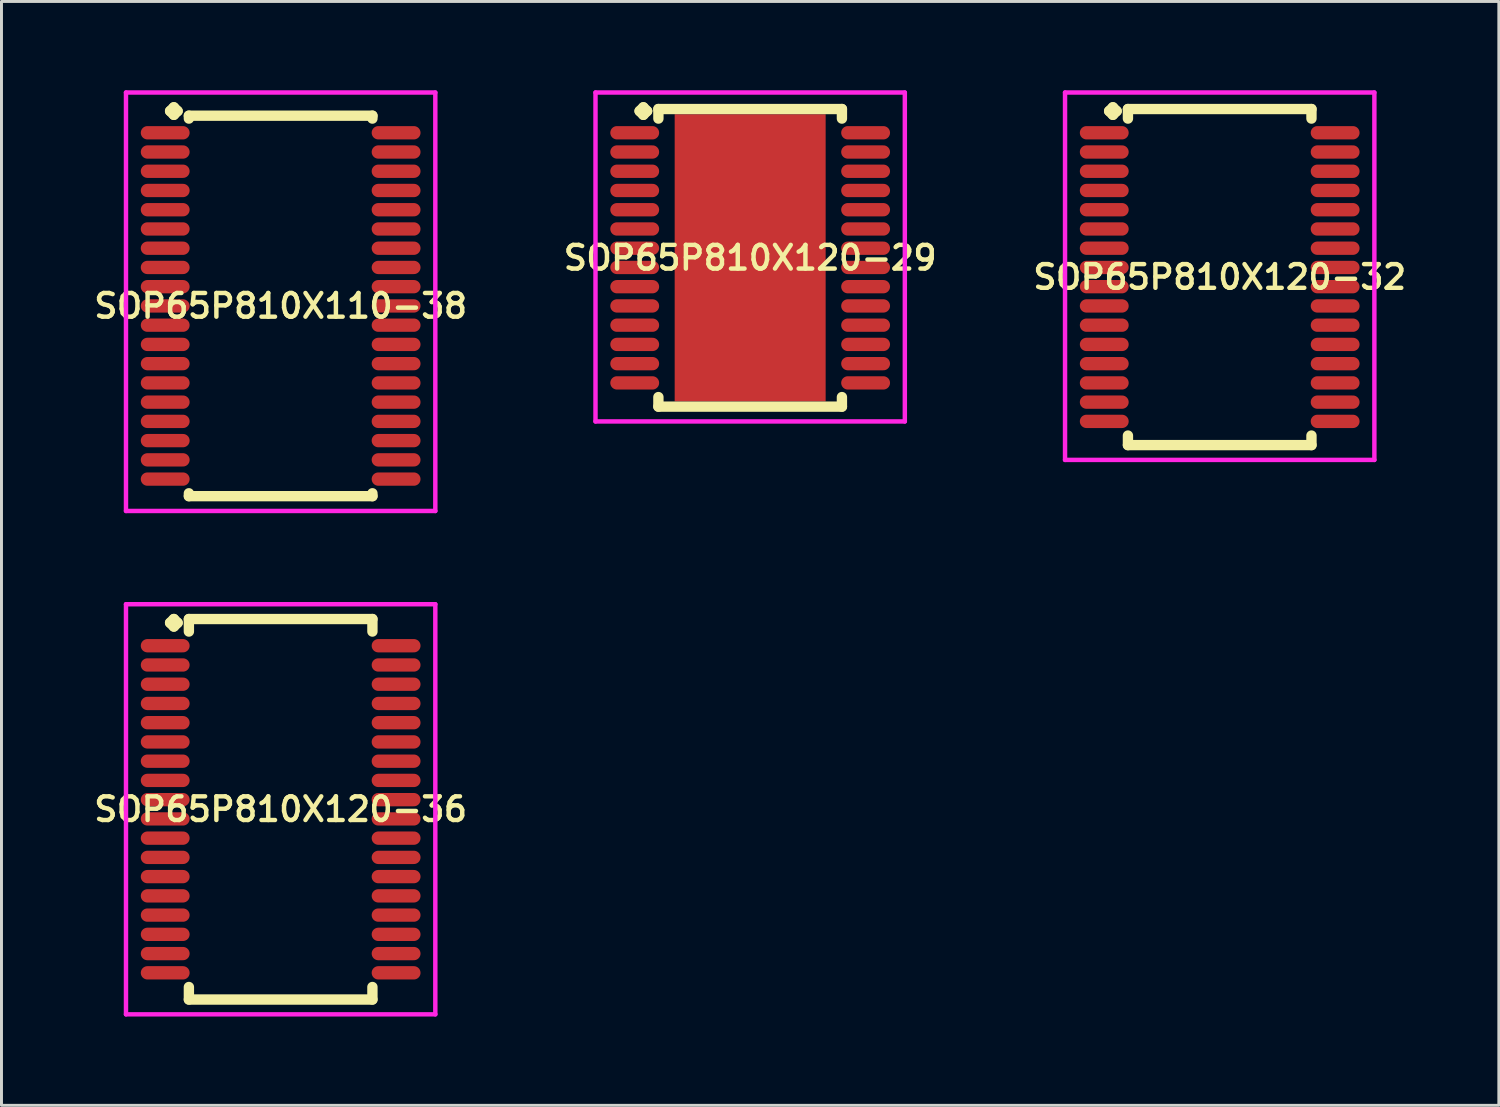
<source format=kicad_pcb>
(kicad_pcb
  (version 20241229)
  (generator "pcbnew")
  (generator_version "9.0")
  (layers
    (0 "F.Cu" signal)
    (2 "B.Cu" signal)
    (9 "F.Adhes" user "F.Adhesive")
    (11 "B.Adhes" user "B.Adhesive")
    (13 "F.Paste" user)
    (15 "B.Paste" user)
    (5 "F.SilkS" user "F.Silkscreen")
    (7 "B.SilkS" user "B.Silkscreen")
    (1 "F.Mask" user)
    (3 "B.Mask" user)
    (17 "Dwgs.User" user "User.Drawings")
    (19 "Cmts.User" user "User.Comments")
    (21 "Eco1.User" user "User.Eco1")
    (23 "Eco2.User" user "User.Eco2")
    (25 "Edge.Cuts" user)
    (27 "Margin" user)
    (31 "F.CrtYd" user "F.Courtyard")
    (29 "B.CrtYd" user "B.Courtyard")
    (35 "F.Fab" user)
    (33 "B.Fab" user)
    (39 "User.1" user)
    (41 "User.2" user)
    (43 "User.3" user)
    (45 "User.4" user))
  (footprint "SOP65P810X120-36"
    (layer "F.Cu")
    (at 6.431 24.289)
    (property "Reference" "SOP65P810X120-36" (at 0 0 0) (layer "F.SilkS") (effects (font (size 0.8 0.8) (thickness 0.15))))
    (attr smd)
    (fp_line (start -3.735 -6.3) (end -3.608 -6.427) (stroke (width 0.35) (type solid)) (layer "F.SilkS"))
    (fp_line (start -3.608 -6.427) (end -3.481 -6.3) (stroke (width 0.35) (type solid)) (layer "F.SilkS"))
    (fp_line (start -3.608 -6.173) (end -3.735 -6.3) (stroke (width 0.35) (type solid)) (layer "F.SilkS"))
    (fp_line (start -3.481 -6.3) (end -3.608 -6.173) (stroke (width 0.35) (type solid)) (layer "F.SilkS"))
    (fp_line (start -3.1 -6.427) (end 3.1 -6.427) (stroke (width 0.35) (type solid)) (layer "F.SilkS"))
    (fp_line (start -3.1 -6.004) (end -3.1 -6.427) (stroke (width 0.35) (type solid)) (layer "F.SilkS"))
    (fp_line (start -3.1 6.004) (end -3.1 6.427) (stroke (width 0.35) (type solid)) (layer "F.SilkS"))
    (fp_line (start -3.1 6.427) (end 3.1 6.427) (stroke (width 0.35) (type solid)) (layer "F.SilkS"))
    (fp_line (start 3.1 -6.427) (end 3.1 -6.004) (stroke (width 0.35) (type solid)) (layer "F.SilkS"))
    (fp_line (start 3.1 6.427) (end 3.1 6.004) (stroke (width 0.35) (type solid)) (layer "F.SilkS"))
    (fp_line (start -5.225 -6.927) (end 5.225 -6.927) (stroke (width 0.15) (type solid)) (layer "F.CrtYd"))
    (fp_line (start -5.225 6.927) (end -5.225 -6.927) (stroke (width 0.15) (type solid)) (layer "F.CrtYd"))
    (fp_line (start 5.225 -6.927) (end 5.225 6.927) (stroke (width 0.15) (type solid)) (layer "F.CrtYd"))
    (fp_line (start 5.225 6.927) (end -5.225 6.927) (stroke (width 0.15) (type solid)) (layer "F.CrtYd"))
    (pad "1" smd oval (at -3.9 -5.525) (size 1.65 0.45) (layers "F.Cu" "F.Mask" "F.Paste"))
    (pad "2" smd oval (at -3.9 -4.875) (size 1.65 0.45) (layers "F.Cu" "F.Mask" "F.Paste"))
    (pad "3" smd oval (at -3.9 -4.225) (size 1.65 0.45) (layers "F.Cu" "F.Mask" "F.Paste"))
    (pad "4" smd oval (at -3.9 -3.575) (size 1.65 0.45) (layers "F.Cu" "F.Mask" "F.Paste"))
    (pad "5" smd oval (at -3.9 -2.925) (size 1.65 0.45) (layers "F.Cu" "F.Mask" "F.Paste"))
    (pad "6" smd oval (at -3.9 -2.275) (size 1.65 0.45) (layers "F.Cu" "F.Mask" "F.Paste"))
    (pad "7" smd oval (at -3.9 -1.625) (size 1.65 0.45) (layers "F.Cu" "F.Mask" "F.Paste"))
    (pad "8" smd oval (at -3.9 -0.975) (size 1.65 0.45) (layers "F.Cu" "F.Mask" "F.Paste"))
    (pad "9" smd oval (at -3.9 -0.325) (size 1.65 0.45) (layers "F.Cu" "F.Mask" "F.Paste"))
    (pad "10" smd oval (at -3.9 0.325) (size 1.65 0.45) (layers "F.Cu" "F.Mask" "F.Paste"))
    (pad "11" smd oval (at -3.9 0.975) (size 1.65 0.45) (layers "F.Cu" "F.Mask" "F.Paste"))
    (pad "12" smd oval (at -3.9 1.625) (size 1.65 0.45) (layers "F.Cu" "F.Mask" "F.Paste"))
    (pad "13" smd oval (at -3.9 2.275) (size 1.65 0.45) (layers "F.Cu" "F.Mask" "F.Paste"))
    (pad "14" smd oval (at -3.9 2.925) (size 1.65 0.45) (layers "F.Cu" "F.Mask" "F.Paste"))
    (pad "15" smd oval (at -3.9 3.575) (size 1.65 0.45) (layers "F.Cu" "F.Mask" "F.Paste"))
    (pad "16" smd oval (at -3.9 4.225) (size 1.65 0.45) (layers "F.Cu" "F.Mask" "F.Paste"))
    (pad "17" smd oval (at -3.9 4.875) (size 1.65 0.45) (layers "F.Cu" "F.Mask" "F.Paste"))
    (pad "18" smd oval (at -3.9 5.525) (size 1.65 0.45) (layers "F.Cu" "F.Mask" "F.Paste"))
    (pad "19" smd oval (at 3.9 5.525) (size 1.65 0.45) (layers "F.Cu" "F.Mask" "F.Paste"))
    (pad "20" smd oval (at 3.9 4.875) (size 1.65 0.45) (layers "F.Cu" "F.Mask" "F.Paste"))
    (pad "21" smd oval (at 3.9 4.225) (size 1.65 0.45) (layers "F.Cu" "F.Mask" "F.Paste"))
    (pad "22" smd oval (at 3.9 3.575) (size 1.65 0.45) (layers "F.Cu" "F.Mask" "F.Paste"))
    (pad "23" smd oval (at 3.9 2.925) (size 1.65 0.45) (layers "F.Cu" "F.Mask" "F.Paste"))
    (pad "24" smd oval (at 3.9 2.275) (size 1.65 0.45) (layers "F.Cu" "F.Mask" "F.Paste"))
    (pad "25" smd oval (at 3.9 1.625) (size 1.65 0.45) (layers "F.Cu" "F.Mask" "F.Paste"))
    (pad "26" smd oval (at 3.9 0.975) (size 1.65 0.45) (layers "F.Cu" "F.Mask" "F.Paste"))
    (pad "27" smd oval (at 3.9 0.325) (size 1.65 0.45) (layers "F.Cu" "F.Mask" "F.Paste"))
    (pad "28" smd oval (at 3.9 -0.325) (size 1.65 0.45) (layers "F.Cu" "F.Mask" "F.Paste"))
    (pad "29" smd oval (at 3.9 -0.975) (size 1.65 0.45) (layers "F.Cu" "F.Mask" "F.Paste"))
    (pad "30" smd oval (at 3.9 -1.625) (size 1.65 0.45) (layers "F.Cu" "F.Mask" "F.Paste"))
    (pad "31" smd oval (at 3.9 -2.275) (size 1.65 0.45) (layers "F.Cu" "F.Mask" "F.Paste"))
    (pad "32" smd oval (at 3.9 -2.925) (size 1.65 0.45) (layers "F.Cu" "F.Mask" "F.Paste"))
    (pad "33" smd oval (at 3.9 -3.575) (size 1.65 0.45) (layers "F.Cu" "F.Mask" "F.Paste"))
    (pad "34" smd oval (at 3.9 -4.225) (size 1.65 0.45) (layers "F.Cu" "F.Mask" "F.Paste"))
    (pad "35" smd oval (at 3.9 -4.875) (size 1.65 0.45) (layers "F.Cu" "F.Mask" "F.Paste"))
    (pad "36" smd oval (at 3.9 -5.525) (size 1.65 0.45) (layers "F.Cu" "F.Mask" "F.Paste")))
  (footprint "SOP65P810X120-29"
    (layer "F.Cu")
    (at 22.292 5.66)
    (property "Reference" "SOP65P810X120-29" (at 0 0 0) (layer "F.SilkS") (effects (font (size 0.8 0.8) (thickness 0.15))))
    (attr smd)
    (fp_line (start -3.735 -4.958) (end -3.608 -5.085) (stroke (width 0.35) (type solid)) (layer "F.SilkS"))
    (fp_line (start -3.608 -5.085) (end -3.481 -4.958) (stroke (width 0.35) (type solid)) (layer "F.SilkS"))
    (fp_line (start -3.608 -4.831) (end -3.735 -4.958) (stroke (width 0.35) (type solid)) (layer "F.SilkS"))
    (fp_line (start -3.481 -4.958) (end -3.608 -4.831) (stroke (width 0.35) (type solid)) (layer "F.SilkS"))
    (fp_line (start -3.1 -5.027) (end 3.1 -5.027) (stroke (width 0.35) (type solid)) (layer "F.SilkS"))
    (fp_line (start -3.1 -4.704) (end -3.1 -5.027) (stroke (width 0.35) (type solid)) (layer "F.SilkS"))
    (fp_line (start -3.1 4.704) (end -3.1 5.027) (stroke (width 0.35) (type solid)) (layer "F.SilkS"))
    (fp_line (start -3.1 5.027) (end 3.1 5.027) (stroke (width 0.35) (type solid)) (layer "F.SilkS"))
    (fp_line (start 3.1 -5.027) (end 3.1 -4.704) (stroke (width 0.35) (type solid)) (layer "F.SilkS"))
    (fp_line (start 3.1 5.027) (end 3.1 4.704) (stroke (width 0.35) (type solid)) (layer "F.SilkS"))
    (fp_line (start -5.225 -5.585) (end 5.225 -5.585) (stroke (width 0.15) (type solid)) (layer "F.CrtYd"))
    (fp_line (start -5.225 5.527) (end -5.225 -5.585) (stroke (width 0.15) (type solid)) (layer "F.CrtYd"))
    (fp_line (start 5.225 -5.585) (end 5.225 5.527) (stroke (width 0.15) (type solid)) (layer "F.CrtYd"))
    (fp_line (start 5.225 5.527) (end -5.225 5.527) (stroke (width 0.15) (type solid)) (layer "F.CrtYd"))
    (pad "1" smd oval (at -3.9 -4.225) (size 1.65 0.45) (layers "F.Cu" "F.Mask" "F.Paste"))
    (pad "2" smd oval (at -3.9 -3.575) (size 1.65 0.45) (layers "F.Cu" "F.Mask" "F.Paste"))
    (pad "3" smd oval (at -3.9 -2.925) (size 1.65 0.45) (layers "F.Cu" "F.Mask" "F.Paste"))
    (pad "4" smd oval (at -3.9 -2.275) (size 1.65 0.45) (layers "F.Cu" "F.Mask" "F.Paste"))
    (pad "5" smd oval (at -3.9 -1.625) (size 1.65 0.45) (layers "F.Cu" "F.Mask" "F.Paste"))
    (pad "6" smd oval (at -3.9 -0.975) (size 1.65 0.45) (layers "F.Cu" "F.Mask" "F.Paste"))
    (pad "7" smd oval (at -3.9 -0.325) (size 1.65 0.45) (layers "F.Cu" "F.Mask" "F.Paste"))
    (pad "8" smd oval (at -3.9 0.325) (size 1.65 0.45) (layers "F.Cu" "F.Mask" "F.Paste"))
    (pad "9" smd oval (at -3.9 0.975) (size 1.65 0.45) (layers "F.Cu" "F.Mask" "F.Paste"))
    (pad "10" smd oval (at -3.9 1.625) (size 1.65 0.45) (layers "F.Cu" "F.Mask" "F.Paste"))
    (pad "11" smd oval (at -3.9 2.275) (size 1.65 0.45) (layers "F.Cu" "F.Mask" "F.Paste"))
    (pad "12" smd oval (at -3.9 2.925) (size 1.65 0.45) (layers "F.Cu" "F.Mask" "F.Paste"))
    (pad "13" smd oval (at -3.9 3.575) (size 1.65 0.45) (layers "F.Cu" "F.Mask" "F.Paste"))
    (pad "14" smd oval (at -3.9 4.225) (size 1.65 0.45) (layers "F.Cu" "F.Mask" "F.Paste"))
    (pad "15" smd oval (at 3.9 4.225) (size 1.65 0.45) (layers "F.Cu" "F.Mask" "F.Paste"))
    (pad "16" smd oval (at 3.9 3.575) (size 1.65 0.45) (layers "F.Cu" "F.Mask" "F.Paste"))
    (pad "17" smd oval (at 3.9 2.925) (size 1.65 0.45) (layers "F.Cu" "F.Mask" "F.Paste"))
    (pad "18" smd oval (at 3.9 2.275) (size 1.65 0.45) (layers "F.Cu" "F.Mask" "F.Paste"))
    (pad "19" smd oval (at 3.9 1.625) (size 1.65 0.45) (layers "F.Cu" "F.Mask" "F.Paste"))
    (pad "20" smd oval (at 3.9 0.975) (size 1.65 0.45) (layers "F.Cu" "F.Mask" "F.Paste"))
    (pad "21" smd oval (at 3.9 0.325) (size 1.65 0.45) (layers "F.Cu" "F.Mask" "F.Paste"))
    (pad "22" smd oval (at 3.9 -0.325) (size 1.65 0.45) (layers "F.Cu" "F.Mask" "F.Paste"))
    (pad "23" smd oval (at 3.9 -0.975) (size 1.65 0.45) (layers "F.Cu" "F.Mask" "F.Paste"))
    (pad "24" smd oval (at 3.9 -1.625) (size 1.65 0.45) (layers "F.Cu" "F.Mask" "F.Paste"))
    (pad "25" smd oval (at 3.9 -2.275) (size 1.65 0.45) (layers "F.Cu" "F.Mask" "F.Paste"))
    (pad "26" smd oval (at 3.9 -2.925) (size 1.65 0.45) (layers "F.Cu" "F.Mask" "F.Paste"))
    (pad "27" smd oval (at 3.9 -3.575) (size 1.65 0.45) (layers "F.Cu" "F.Mask" "F.Paste"))
    (pad "28" smd oval (at 3.9 -4.225) (size 1.65 0.45) (layers "F.Cu" "F.Mask" "F.Paste"))
    (pad "29" smd rect (at 0 0) (size 5.1 9.7) (layers "F.Cu" "F.Mask" "F.Paste")))
  (footprint "SOP65P810X110-38"
    (layer "F.Cu")
    (at 6.431 7.285)
    (property "Reference" "SOP65P810X110-38" (at 0 0 0) (layer "F.SilkS") (effects (font (size 0.8 0.8) (thickness 0.15))))
    (attr smd)
    (fp_line (start -3.735 -6.583) (end -3.608 -6.71) (stroke (width 0.35) (type solid)) (layer "F.SilkS"))
    (fp_line (start -3.608 -6.71) (end -3.481 -6.583) (stroke (width 0.35) (type solid)) (layer "F.SilkS"))
    (fp_line (start -3.608 -6.456) (end -3.735 -6.583) (stroke (width 0.35) (type solid)) (layer "F.SilkS"))
    (fp_line (start -3.481 -6.583) (end -3.608 -6.456) (stroke (width 0.35) (type solid)) (layer "F.SilkS"))
    (fp_line (start -3.1 -6.427) (end 3.1 -6.427) (stroke (width 0.35) (type solid)) (layer "F.SilkS"))
    (fp_line (start -3.1 -6.329) (end -3.1 -6.427) (stroke (width 0.35) (type solid)) (layer "F.SilkS"))
    (fp_line (start -3.1 6.329) (end -3.1 6.427) (stroke (width 0.35) (type solid)) (layer "F.SilkS"))
    (fp_line (start -3.1 6.427) (end 3.1 6.427) (stroke (width 0.35) (type solid)) (layer "F.SilkS"))
    (fp_line (start 3.1 -6.427) (end 3.1 -6.329) (stroke (width 0.35) (type solid)) (layer "F.SilkS"))
    (fp_line (start 3.1 6.427) (end 3.1 6.329) (stroke (width 0.35) (type solid)) (layer "F.SilkS"))
    (fp_line (start -5.225 -7.21) (end 5.225 -7.21) (stroke (width 0.15) (type solid)) (layer "F.CrtYd"))
    (fp_line (start -5.225 6.927) (end -5.225 -7.21) (stroke (width 0.15) (type solid)) (layer "F.CrtYd"))
    (fp_line (start 5.225 -7.21) (end 5.225 6.927) (stroke (width 0.15) (type solid)) (layer "F.CrtYd"))
    (fp_line (start 5.225 6.927) (end -5.225 6.927) (stroke (width 0.15) (type solid)) (layer "F.CrtYd"))
    (pad "1" smd oval (at -3.9 -5.85) (size 1.65 0.45) (layers "F.Cu" "F.Mask" "F.Paste"))
    (pad "2" smd oval (at -3.9 -5.2) (size 1.65 0.45) (layers "F.Cu" "F.Mask" "F.Paste"))
    (pad "3" smd oval (at -3.9 -4.55) (size 1.65 0.45) (layers "F.Cu" "F.Mask" "F.Paste"))
    (pad "4" smd oval (at -3.9 -3.9) (size 1.65 0.45) (layers "F.Cu" "F.Mask" "F.Paste"))
    (pad "5" smd oval (at -3.9 -3.25) (size 1.65 0.45) (layers "F.Cu" "F.Mask" "F.Paste"))
    (pad "6" smd oval (at -3.9 -2.6) (size 1.65 0.45) (layers "F.Cu" "F.Mask" "F.Paste"))
    (pad "7" smd oval (at -3.9 -1.95) (size 1.65 0.45) (layers "F.Cu" "F.Mask" "F.Paste"))
    (pad "8" smd oval (at -3.9 -1.3) (size 1.65 0.45) (layers "F.Cu" "F.Mask" "F.Paste"))
    (pad "9" smd oval (at -3.9 -0.65) (size 1.65 0.45) (layers "F.Cu" "F.Mask" "F.Paste"))
    (pad "10" smd oval (at -3.9 0) (size 1.65 0.45) (layers "F.Cu" "F.Mask" "F.Paste"))
    (pad "11" smd oval (at -3.9 0.65) (size 1.65 0.45) (layers "F.Cu" "F.Mask" "F.Paste"))
    (pad "12" smd oval (at -3.9 1.3) (size 1.65 0.45) (layers "F.Cu" "F.Mask" "F.Paste"))
    (pad "13" smd oval (at -3.9 1.95) (size 1.65 0.45) (layers "F.Cu" "F.Mask" "F.Paste"))
    (pad "14" smd oval (at -3.9 2.6) (size 1.65 0.45) (layers "F.Cu" "F.Mask" "F.Paste"))
    (pad "15" smd oval (at -3.9 3.25) (size 1.65 0.45) (layers "F.Cu" "F.Mask" "F.Paste"))
    (pad "16" smd oval (at -3.9 3.9) (size 1.65 0.45) (layers "F.Cu" "F.Mask" "F.Paste"))
    (pad "17" smd oval (at -3.9 4.55) (size 1.65 0.45) (layers "F.Cu" "F.Mask" "F.Paste"))
    (pad "18" smd oval (at -3.9 5.2) (size 1.65 0.45) (layers "F.Cu" "F.Mask" "F.Paste"))
    (pad "19" smd oval (at -3.9 5.85) (size 1.65 0.45) (layers "F.Cu" "F.Mask" "F.Paste"))
    (pad "20" smd oval (at 3.9 5.85) (size 1.65 0.45) (layers "F.Cu" "F.Mask" "F.Paste"))
    (pad "21" smd oval (at 3.9 5.2) (size 1.65 0.45) (layers "F.Cu" "F.Mask" "F.Paste"))
    (pad "22" smd oval (at 3.9 4.55) (size 1.65 0.45) (layers "F.Cu" "F.Mask" "F.Paste"))
    (pad "23" smd oval (at 3.9 3.9) (size 1.65 0.45) (layers "F.Cu" "F.Mask" "F.Paste"))
    (pad "24" smd oval (at 3.9 3.25) (size 1.65 0.45) (layers "F.Cu" "F.Mask" "F.Paste"))
    (pad "25" smd oval (at 3.9 2.6) (size 1.65 0.45) (layers "F.Cu" "F.Mask" "F.Paste"))
    (pad "26" smd oval (at 3.9 1.95) (size 1.65 0.45) (layers "F.Cu" "F.Mask" "F.Paste"))
    (pad "27" smd oval (at 3.9 1.3) (size 1.65 0.45) (layers "F.Cu" "F.Mask" "F.Paste"))
    (pad "28" smd oval (at 3.9 0.65) (size 1.65 0.45) (layers "F.Cu" "F.Mask" "F.Paste"))
    (pad "29" smd oval (at 3.9 0) (size 1.65 0.45) (layers "F.Cu" "F.Mask" "F.Paste"))
    (pad "30" smd oval (at 3.9 -0.65) (size 1.65 0.45) (layers "F.Cu" "F.Mask" "F.Paste"))
    (pad "31" smd oval (at 3.9 -1.3) (size 1.65 0.45) (layers "F.Cu" "F.Mask" "F.Paste"))
    (pad "32" smd oval (at 3.9 -1.95) (size 1.65 0.45) (layers "F.Cu" "F.Mask" "F.Paste"))
    (pad "33" smd oval (at 3.9 -2.6) (size 1.65 0.45) (layers "F.Cu" "F.Mask" "F.Paste"))
    (pad "34" smd oval (at 3.9 -3.25) (size 1.65 0.45) (layers "F.Cu" "F.Mask" "F.Paste"))
    (pad "35" smd oval (at 3.9 -3.9) (size 1.65 0.45) (layers "F.Cu" "F.Mask" "F.Paste"))
    (pad "36" smd oval (at 3.9 -4.55) (size 1.65 0.45) (layers "F.Cu" "F.Mask" "F.Paste"))
    (pad "37" smd oval (at 3.9 -5.2) (size 1.65 0.45) (layers "F.Cu" "F.Mask" "F.Paste"))
    (pad "38" smd oval (at 3.9 -5.85) (size 1.65 0.45) (layers "F.Cu" "F.Mask" "F.Paste")))
  (footprint "SOP65P810X120-32"
    (layer "F.Cu")
    (at 38.154 6.31)
    (property "Reference" "SOP65P810X120-32" (at 0 0 0) (layer "F.SilkS") (effects (font (size 0.8 0.8) (thickness 0.15))))
    (attr smd)
    (fp_line (start -3.735 -5.608) (end -3.608 -5.735) (stroke (width 0.35) (type solid)) (layer "F.SilkS"))
    (fp_line (start -3.608 -5.735) (end -3.481 -5.608) (stroke (width 0.35) (type solid)) (layer "F.SilkS"))
    (fp_line (start -3.608 -5.481) (end -3.735 -5.608) (stroke (width 0.35) (type solid)) (layer "F.SilkS"))
    (fp_line (start -3.481 -5.608) (end -3.608 -5.481) (stroke (width 0.35) (type solid)) (layer "F.SilkS"))
    (fp_line (start -3.1 -5.677) (end 3.1 -5.677) (stroke (width 0.35) (type solid)) (layer "F.SilkS"))
    (fp_line (start -3.1 -5.354) (end -3.1 -5.677) (stroke (width 0.35) (type solid)) (layer "F.SilkS"))
    (fp_line (start -3.1 5.354) (end -3.1 5.677) (stroke (width 0.35) (type solid)) (layer "F.SilkS"))
    (fp_line (start -3.1 5.677) (end 3.1 5.677) (stroke (width 0.35) (type solid)) (layer "F.SilkS"))
    (fp_line (start 3.1 -5.677) (end 3.1 -5.354) (stroke (width 0.35) (type solid)) (layer "F.SilkS"))
    (fp_line (start 3.1 5.677) (end 3.1 5.354) (stroke (width 0.35) (type solid)) (layer "F.SilkS"))
    (fp_line (start -5.225 -6.235) (end 5.225 -6.235) (stroke (width 0.15) (type solid)) (layer "F.CrtYd"))
    (fp_line (start -5.225 6.177) (end -5.225 -6.235) (stroke (width 0.15) (type solid)) (layer "F.CrtYd"))
    (fp_line (start 5.225 -6.235) (end 5.225 6.177) (stroke (width 0.15) (type solid)) (layer "F.CrtYd"))
    (fp_line (start 5.225 6.177) (end -5.225 6.177) (stroke (width 0.15) (type solid)) (layer "F.CrtYd"))
    (pad "1" smd oval (at -3.9 -4.875) (size 1.65 0.45) (layers "F.Cu" "F.Mask" "F.Paste"))
    (pad "2" smd oval (at -3.9 -4.225) (size 1.65 0.45) (layers "F.Cu" "F.Mask" "F.Paste"))
    (pad "3" smd oval (at -3.9 -3.575) (size 1.65 0.45) (layers "F.Cu" "F.Mask" "F.Paste"))
    (pad "4" smd oval (at -3.9 -2.925) (size 1.65 0.45) (layers "F.Cu" "F.Mask" "F.Paste"))
    (pad "5" smd oval (at -3.9 -2.275) (size 1.65 0.45) (layers "F.Cu" "F.Mask" "F.Paste"))
    (pad "6" smd oval (at -3.9 -1.625) (size 1.65 0.45) (layers "F.Cu" "F.Mask" "F.Paste"))
    (pad "7" smd oval (at -3.9 -0.975) (size 1.65 0.45) (layers "F.Cu" "F.Mask" "F.Paste"))
    (pad "8" smd oval (at -3.9 -0.325) (size 1.65 0.45) (layers "F.Cu" "F.Mask" "F.Paste"))
    (pad "9" smd oval (at -3.9 0.325) (size 1.65 0.45) (layers "F.Cu" "F.Mask" "F.Paste"))
    (pad "10" smd oval (at -3.9 0.975) (size 1.65 0.45) (layers "F.Cu" "F.Mask" "F.Paste"))
    (pad "11" smd oval (at -3.9 1.625) (size 1.65 0.45) (layers "F.Cu" "F.Mask" "F.Paste"))
    (pad "12" smd oval (at -3.9 2.275) (size 1.65 0.45) (layers "F.Cu" "F.Mask" "F.Paste"))
    (pad "13" smd oval (at -3.9 2.925) (size 1.65 0.45) (layers "F.Cu" "F.Mask" "F.Paste"))
    (pad "14" smd oval (at -3.9 3.575) (size 1.65 0.45) (layers "F.Cu" "F.Mask" "F.Paste"))
    (pad "15" smd oval (at -3.9 4.225) (size 1.65 0.45) (layers "F.Cu" "F.Mask" "F.Paste"))
    (pad "16" smd oval (at -3.9 4.875) (size 1.65 0.45) (layers "F.Cu" "F.Mask" "F.Paste"))
    (pad "17" smd oval (at 3.9 4.875) (size 1.65 0.45) (layers "F.Cu" "F.Mask" "F.Paste"))
    (pad "18" smd oval (at 3.9 4.225) (size 1.65 0.45) (layers "F.Cu" "F.Mask" "F.Paste"))
    (pad "19" smd oval (at 3.9 3.575) (size 1.65 0.45) (layers "F.Cu" "F.Mask" "F.Paste"))
    (pad "20" smd oval (at 3.9 2.925) (size 1.65 0.45) (layers "F.Cu" "F.Mask" "F.Paste"))
    (pad "21" smd oval (at 3.9 2.275) (size 1.65 0.45) (layers "F.Cu" "F.Mask" "F.Paste"))
    (pad "22" smd oval (at 3.9 1.625) (size 1.65 0.45) (layers "F.Cu" "F.Mask" "F.Paste"))
    (pad "23" smd oval (at 3.9 0.975) (size 1.65 0.45) (layers "F.Cu" "F.Mask" "F.Paste"))
    (pad "24" smd oval (at 3.9 0.325) (size 1.65 0.45) (layers "F.Cu" "F.Mask" "F.Paste"))
    (pad "25" smd oval (at 3.9 -0.325) (size 1.65 0.45) (layers "F.Cu" "F.Mask" "F.Paste"))
    (pad "26" smd oval (at 3.9 -0.975) (size 1.65 0.45) (layers "F.Cu" "F.Mask" "F.Paste"))
    (pad "27" smd oval (at 3.9 -1.625) (size 1.65 0.45) (layers "F.Cu" "F.Mask" "F.Paste"))
    (pad "28" smd oval (at 3.9 -2.275) (size 1.65 0.45) (layers "F.Cu" "F.Mask" "F.Paste"))
    (pad "29" smd oval (at 3.9 -2.925) (size 1.65 0.45) (layers "F.Cu" "F.Mask" "F.Paste"))
    (pad "30" smd oval (at 3.9 -3.575) (size 1.65 0.45) (layers "F.Cu" "F.Mask" "F.Paste"))
    (pad "31" smd oval (at 3.9 -4.225) (size 1.65 0.45) (layers "F.Cu" "F.Mask" "F.Paste"))
    (pad "32" smd oval (at 3.9 -4.875) (size 1.65 0.45) (layers "F.Cu" "F.Mask" "F.Paste")))
  (gr_rect
    (start -3 -3)
    (end 47.584 34.291)
    (stroke (width 0.1) (type default))
    (fill no)
    (layer "Edge.Cuts")))
</source>
